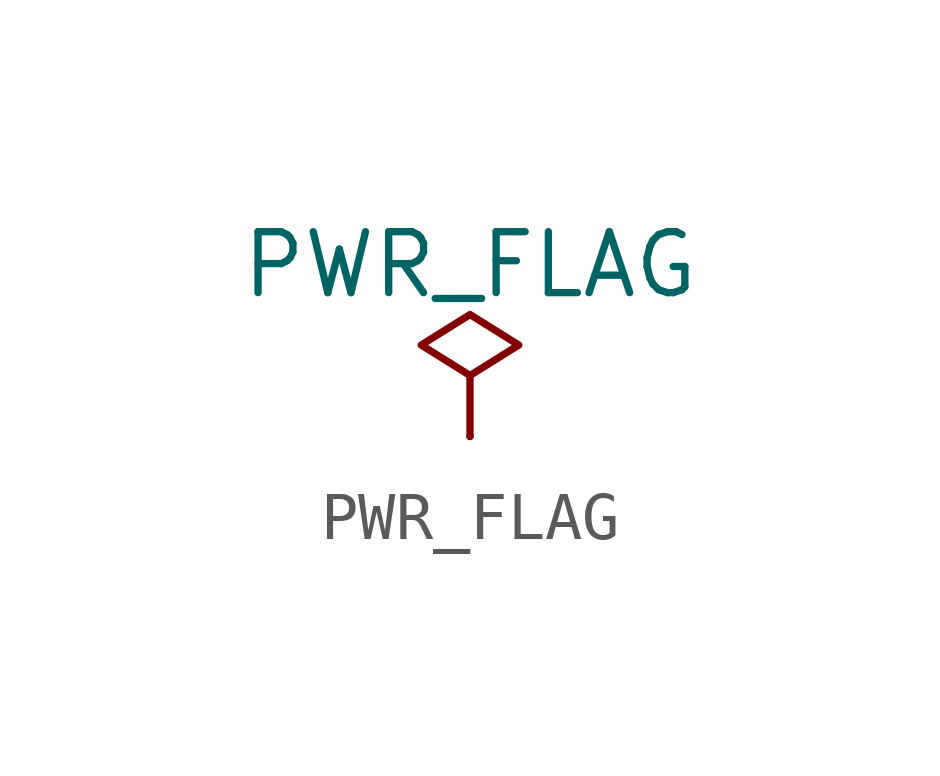
<source format=kicad_sym>
(kicad_symbol_lib
  (version 20241209)
  (generator "kicad_symbol_editor")
  (generator_version "9.0")
  (symbol "PWR_FLAG"
    (power)
    (pin_numbers
      (hide yes))
    (pin_names
      (offset 0)
      (hide yes))
    (property "Reference" "#FLG0101"
      (at 0 1.905 0)
      (effects (font (size 1.27 1.27)) (hide yes)))
    (property "Value" "PWR_FLAG"
      (at 0 3.576 0)
      (effects (font (size 1.27 1.27))))
    (symbol "PWR_FLAG_0_0"
      (pin power_out line (at 0 0 90) (length 0) (name "pwr" (effects (font (size 1.27 1.27)))) (number "1" (effects (font (size 1.27 1.27))))))
    (symbol "PWR_FLAG_0_1"
      (polyline (pts (xy 0 0) (xy 0 1.27) (xy -1.016 1.905) (xy 0 2.54) (xy 1.016 1.905) (xy 0 1.27)) (stroke (width 0) (type default)) (fill (type none))))))
</source>
